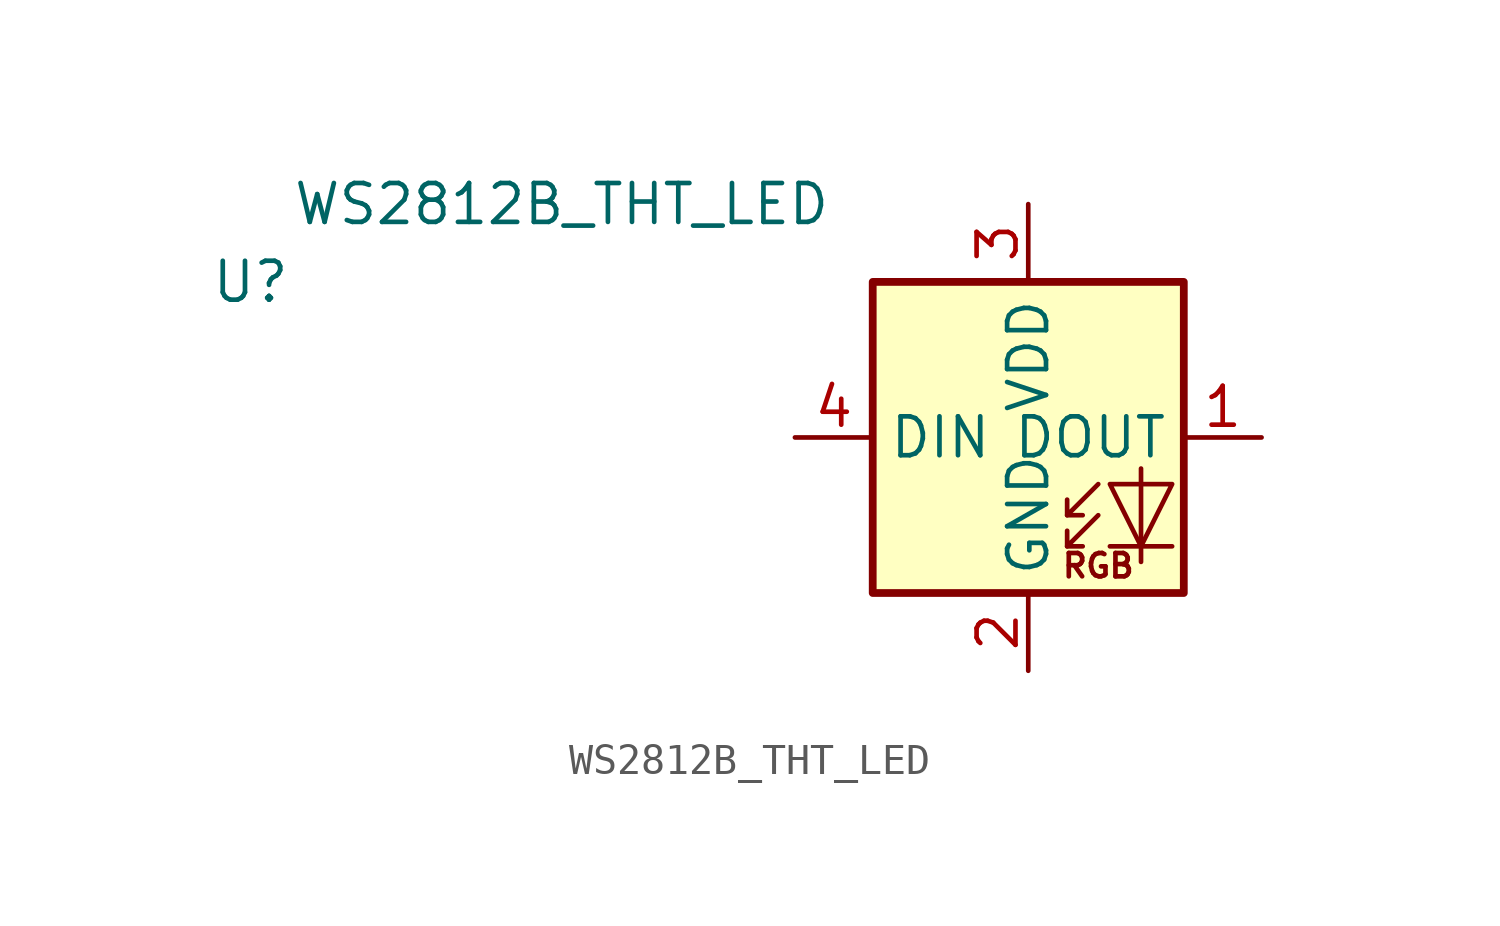
<source format=kicad_sym>
(kicad_symbol_lib
  (version 20211014)
  (generator kicad_symbol_editor)
  (symbol "WS2812B_THT_LED"
    (property "Reference" "U"
      (at 0 0 0)
      (effects (font (size 1.27 1.27))))
    (property "Value" "WS2812B_THT_LED"
      (at 10.16 2.54 0)
      (effects (font (size 1.27 1.27))))
    (symbol "WS2812B_THT_LED_0_0"
      (text "RGB" (at 27.686 -9.271 0) (effects (font (size 0.762 0.762)))))
    (symbol "WS2812B_THT_LED_0_1"
      (polyline (pts (xy 26.67 -8.636) (xy 27.178 -8.636)) (stroke (width 0) (type default) (color 0 0 0 0)) (fill (type none)))
      (polyline (pts (xy 26.67 -7.62) (xy 27.178 -7.62)) (stroke (width 0) (type default) (color 0 0 0 0)) (fill (type none)))
      (polyline (pts (xy 30.099 -8.636) (xy 28.067 -8.636)) (stroke (width 0) (type default) (color 0 0 0 0)) (fill (type none)))
      (polyline (pts (xy 27.686 -7.62) (xy 26.67 -8.636) (xy 26.67 -8.128)) (stroke (width 0) (type default) (color 0 0 0 0)) (fill (type none)))
      (polyline (pts (xy 27.686 -6.604) (xy 26.67 -7.62) (xy 26.67 -7.112)) (stroke (width 0) (type default) (color 0 0 0 0)) (fill (type none)))
      (polyline (pts (xy 29.083 -6.096) (xy 29.083 -8.636) (xy 29.083 -9.144)) (stroke (width 0) (type default) (color 0 0 0 0)) (fill (type none)))
      (polyline (pts (xy 30.099 -6.604) (xy 28.067 -6.604) (xy 29.083 -8.636) (xy 30.099 -6.604)) (stroke (width 0) (type default) (color 0 0 0 0)) (fill (type none)))
      (rectangle (start 30.48 0) (end 20.32 -10.16) (stroke (width 0.254) (type default) (color 0 0 0 0)) (fill (type background))))
    (symbol "WS2812B_THT_LED_1_1"
      (pin output line (at 33.02 -5.08 180) (length 2.54) (name "DOUT" (effects (font (size 1.27 1.27)))) (number "1" (effects (font (size 1.27 1.27)))))
      (pin power_in line (at 25.4 -12.7 90) (length 2.54) (name "GND" (effects (font (size 1.27 1.27)))) (number "2" (effects (font (size 1.27 1.27)))))
      (pin power_in line (at 25.4 2.54 270) (length 2.54) (name "VDD" (effects (font (size 1.27 1.27)))) (number "3" (effects (font (size 1.27 1.27)))))
      (pin input line (at 17.78 -5.08 0) (length 2.54) (name "DIN" (effects (font (size 1.27 1.27)))) (number "4" (effects (font (size 1.27 1.27))))))))
</source>
